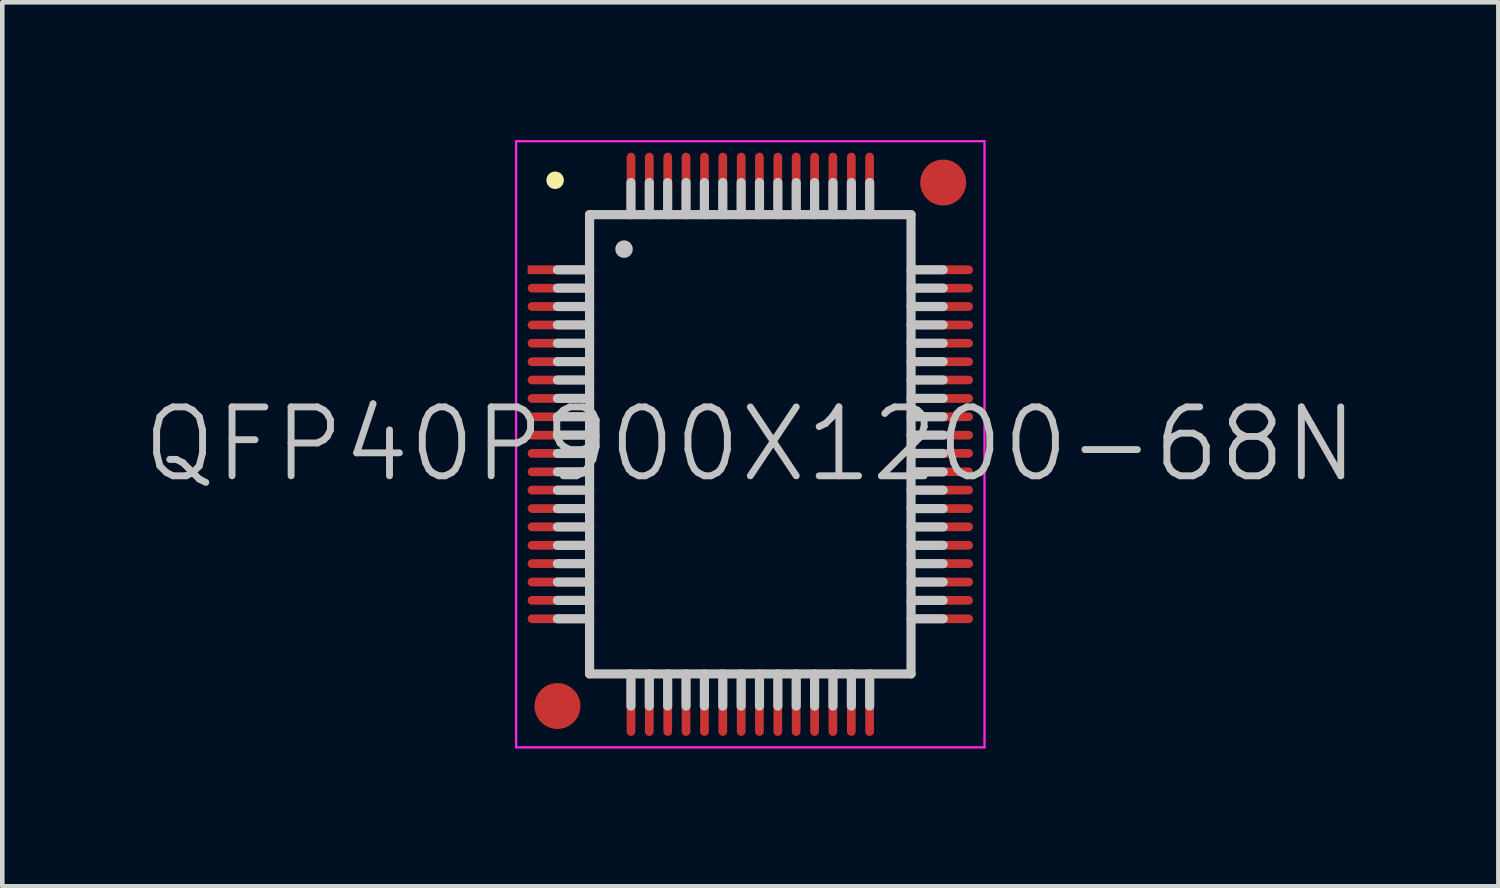
<source format=kicad_pcb>
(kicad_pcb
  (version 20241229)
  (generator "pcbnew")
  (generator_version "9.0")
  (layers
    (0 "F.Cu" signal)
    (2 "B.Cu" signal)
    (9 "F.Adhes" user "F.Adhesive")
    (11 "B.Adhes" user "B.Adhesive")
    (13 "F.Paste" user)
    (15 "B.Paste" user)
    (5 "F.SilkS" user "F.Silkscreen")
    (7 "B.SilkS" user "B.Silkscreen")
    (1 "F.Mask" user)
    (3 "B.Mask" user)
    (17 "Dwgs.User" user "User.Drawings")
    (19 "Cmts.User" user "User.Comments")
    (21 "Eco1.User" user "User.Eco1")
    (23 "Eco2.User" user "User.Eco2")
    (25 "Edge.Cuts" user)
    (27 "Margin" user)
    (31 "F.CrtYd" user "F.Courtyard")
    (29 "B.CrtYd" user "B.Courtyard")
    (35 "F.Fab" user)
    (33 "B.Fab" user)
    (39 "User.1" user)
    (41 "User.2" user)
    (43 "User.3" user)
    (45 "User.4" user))
  (footprint "QFP40P900X1200-68N"
    (layer "F.Cu")
    (at 13.289 6.625)
    (property "Reference" "QFP40P900X1200-68N" (at 0 0 0) (layer "Dwgs.User") (effects (font (size 1.5 1.5) (thickness 0.15))))
    (attr smd)
    (fp_line (start -4.25 -5.75) (end -4.25 -5.75) (stroke (width 0.381) (type solid)) (layer "F.SilkS"))
    (fp_line (start -3.5 -5) (end -3.5 5) (stroke (width 0.2) (type solid)) (layer "Dwgs.User"))
    (fp_line (start -3.5 -5) (end 3.5 -5) (stroke (width 0.2) (type solid)) (layer "Dwgs.User"))
    (fp_line (start -3.5 -3.8) (end -4.2 -3.8) (stroke (width 0.2) (type solid)) (layer "Dwgs.User"))
    (fp_line (start -3.5 -3.4) (end -4.2 -3.4) (stroke (width 0.2) (type solid)) (layer "Dwgs.User"))
    (fp_line (start -3.5 -3) (end -4.2 -3) (stroke (width 0.2) (type solid)) (layer "Dwgs.User"))
    (fp_line (start -3.5 -2.6) (end -4.2 -2.6) (stroke (width 0.2) (type solid)) (layer "Dwgs.User"))
    (fp_line (start -3.5 -2.2) (end -4.2 -2.2) (stroke (width 0.2) (type solid)) (layer "Dwgs.User"))
    (fp_line (start -3.5 -1.8) (end -4.2 -1.8) (stroke (width 0.2) (type solid)) (layer "Dwgs.User"))
    (fp_line (start -3.5 -1.4) (end -4.2 -1.4) (stroke (width 0.2) (type solid)) (layer "Dwgs.User"))
    (fp_line (start -3.5 -1) (end -4.2 -1) (stroke (width 0.2) (type solid)) (layer "Dwgs.User"))
    (fp_line (start -3.5 -0.6) (end -4.2 -0.6) (stroke (width 0.2) (type solid)) (layer "Dwgs.User"))
    (fp_line (start -3.5 -0.2) (end -4.2 -0.2) (stroke (width 0.2) (type solid)) (layer "Dwgs.User"))
    (fp_line (start -3.5 0.2) (end -4.2 0.2) (stroke (width 0.2) (type solid)) (layer "Dwgs.User"))
    (fp_line (start -3.5 0.6) (end -4.2 0.6) (stroke (width 0.2) (type solid)) (layer "Dwgs.User"))
    (fp_line (start -3.5 1) (end -4.2 1) (stroke (width 0.2) (type solid)) (layer "Dwgs.User"))
    (fp_line (start -3.5 1.4) (end -4.2 1.4) (stroke (width 0.2) (type solid)) (layer "Dwgs.User"))
    (fp_line (start -3.5 1.8) (end -4.2 1.8) (stroke (width 0.2) (type solid)) (layer "Dwgs.User"))
    (fp_line (start -3.5 2.2) (end -4.2 2.2) (stroke (width 0.2) (type solid)) (layer "Dwgs.User"))
    (fp_line (start -3.5 2.6) (end -4.2 2.6) (stroke (width 0.2) (type solid)) (layer "Dwgs.User"))
    (fp_line (start -3.5 3) (end -4.2 3) (stroke (width 0.2) (type solid)) (layer "Dwgs.User"))
    (fp_line (start -3.5 3.4) (end -4.2 3.4) (stroke (width 0.2) (type solid)) (layer "Dwgs.User"))
    (fp_line (start -3.5 3.8) (end -4.2 3.8) (stroke (width 0.2) (type solid)) (layer "Dwgs.User"))
    (fp_line (start -3.5 5) (end 3.5 5) (stroke (width 0.2) (type solid)) (layer "Dwgs.User"))
    (fp_line (start -2.75 -4.25) (end -2.75 -4.25) (stroke (width 0.381) (type solid)) (layer "Dwgs.User"))
    (fp_line (start -2.6 -5) (end -2.6 -5.7) (stroke (width 0.2) (type solid)) (layer "Dwgs.User"))
    (fp_line (start -2.6 5.7) (end -2.6 5) (stroke (width 0.2) (type solid)) (layer "Dwgs.User"))
    (fp_line (start -2.2 -5) (end -2.2 -5.7) (stroke (width 0.2) (type solid)) (layer "Dwgs.User"))
    (fp_line (start -2.2 5.7) (end -2.2 5) (stroke (width 0.2) (type solid)) (layer "Dwgs.User"))
    (fp_line (start -1.8 -5) (end -1.8 -5.7) (stroke (width 0.2) (type solid)) (layer "Dwgs.User"))
    (fp_line (start -1.8 5.7) (end -1.8 5) (stroke (width 0.2) (type solid)) (layer "Dwgs.User"))
    (fp_line (start -1.4 -5) (end -1.4 -5.7) (stroke (width 0.2) (type solid)) (layer "Dwgs.User"))
    (fp_line (start -1.4 5.7) (end -1.4 5) (stroke (width 0.2) (type solid)) (layer "Dwgs.User"))
    (fp_line (start -1 -5) (end -1 -5.7) (stroke (width 0.2) (type solid)) (layer "Dwgs.User"))
    (fp_line (start -1 5.7) (end -1 5) (stroke (width 0.2) (type solid)) (layer "Dwgs.User"))
    (fp_line (start -0.6 -5) (end -0.6 -5.7) (stroke (width 0.2) (type solid)) (layer "Dwgs.User"))
    (fp_line (start -0.6 5.7) (end -0.6 5) (stroke (width 0.2) (type solid)) (layer "Dwgs.User"))
    (fp_line (start -0.2 -5) (end -0.2 -5.7) (stroke (width 0.2) (type solid)) (layer "Dwgs.User"))
    (fp_line (start -0.2 5.7) (end -0.2 5) (stroke (width 0.2) (type solid)) (layer "Dwgs.User"))
    (fp_line (start 0.2 -5) (end 0.2 -5.7) (stroke (width 0.2) (type solid)) (layer "Dwgs.User"))
    (fp_line (start 0.2 5.7) (end 0.2 5) (stroke (width 0.2) (type solid)) (layer "Dwgs.User"))
    (fp_line (start 0.6 -5) (end 0.6 -5.7) (stroke (width 0.2) (type solid)) (layer "Dwgs.User"))
    (fp_line (start 0.6 5.7) (end 0.6 5) (stroke (width 0.2) (type solid)) (layer "Dwgs.User"))
    (fp_line (start 1 -5) (end 1 -5.7) (stroke (width 0.2) (type solid)) (layer "Dwgs.User"))
    (fp_line (start 1 5.7) (end 1 5) (stroke (width 0.2) (type solid)) (layer "Dwgs.User"))
    (fp_line (start 1.4 -5) (end 1.4 -5.7) (stroke (width 0.2) (type solid)) (layer "Dwgs.User"))
    (fp_line (start 1.4 5.7) (end 1.4 5) (stroke (width 0.2) (type solid)) (layer "Dwgs.User"))
    (fp_line (start 1.8 -5) (end 1.8 -5.7) (stroke (width 0.2) (type solid)) (layer "Dwgs.User"))
    (fp_line (start 1.8 5.7) (end 1.8 5) (stroke (width 0.2) (type solid)) (layer "Dwgs.User"))
    (fp_line (start 2.2 -5) (end 2.2 -5.7) (stroke (width 0.2) (type solid)) (layer "Dwgs.User"))
    (fp_line (start 2.2 5.7) (end 2.2 5) (stroke (width 0.2) (type solid)) (layer "Dwgs.User"))
    (fp_line (start 2.6 -5) (end 2.6 -5.7) (stroke (width 0.2) (type solid)) (layer "Dwgs.User"))
    (fp_line (start 2.6 5.7) (end 2.6 5) (stroke (width 0.2) (type solid)) (layer "Dwgs.User"))
    (fp_line (start 3.5 -5) (end 3.5 5) (stroke (width 0.2) (type solid)) (layer "Dwgs.User"))
    (fp_line (start 4.2 -3.8) (end 3.5 -3.8) (stroke (width 0.2) (type solid)) (layer "Dwgs.User"))
    (fp_line (start 4.2 -3.4) (end 3.5 -3.4) (stroke (width 0.2) (type solid)) (layer "Dwgs.User"))
    (fp_line (start 4.2 -3) (end 3.5 -3) (stroke (width 0.2) (type solid)) (layer "Dwgs.User"))
    (fp_line (start 4.2 -2.6) (end 3.5 -2.6) (stroke (width 0.2) (type solid)) (layer "Dwgs.User"))
    (fp_line (start 4.2 -2.2) (end 3.5 -2.2) (stroke (width 0.2) (type solid)) (layer "Dwgs.User"))
    (fp_line (start 4.2 -1.8) (end 3.5 -1.8) (stroke (width 0.2) (type solid)) (layer "Dwgs.User"))
    (fp_line (start 4.2 -1.4) (end 3.5 -1.4) (stroke (width 0.2) (type solid)) (layer "Dwgs.User"))
    (fp_line (start 4.2 -1) (end 3.5 -1) (stroke (width 0.2) (type solid)) (layer "Dwgs.User"))
    (fp_line (start 4.2 -0.6) (end 3.5 -0.6) (stroke (width 0.2) (type solid)) (layer "Dwgs.User"))
    (fp_line (start 4.2 -0.2) (end 3.5 -0.2) (stroke (width 0.2) (type solid)) (layer "Dwgs.User"))
    (fp_line (start 4.2 0.2) (end 3.5 0.2) (stroke (width 0.2) (type solid)) (layer "Dwgs.User"))
    (fp_line (start 4.2 0.6) (end 3.5 0.6) (stroke (width 0.2) (type solid)) (layer "Dwgs.User"))
    (fp_line (start 4.2 1) (end 3.5 1) (stroke (width 0.2) (type solid)) (layer "Dwgs.User"))
    (fp_line (start 4.2 1.4) (end 3.5 1.4) (stroke (width 0.2) (type solid)) (layer "Dwgs.User"))
    (fp_line (start 4.2 1.8) (end 3.5 1.8) (stroke (width 0.2) (type solid)) (layer "Dwgs.User"))
    (fp_line (start 4.2 2.2) (end 3.5 2.2) (stroke (width 0.2) (type solid)) (layer "Dwgs.User"))
    (fp_line (start 4.2 2.6) (end 3.5 2.6) (stroke (width 0.2) (type solid)) (layer "Dwgs.User"))
    (fp_line (start 4.2 3) (end 3.5 3) (stroke (width 0.2) (type solid)) (layer "Dwgs.User"))
    (fp_line (start 4.2 3.4) (end 3.5 3.4) (stroke (width 0.2) (type solid)) (layer "Dwgs.User"))
    (fp_line (start 4.2 3.8) (end 3.5 3.8) (stroke (width 0.2) (type solid)) (layer "Dwgs.User"))
    (fp_line (start -5.1 -6.6) (end -5.1 6.6) (stroke (width 0.05) (type solid)) (layer "F.CrtYd"))
    (fp_line (start -5.1 -6.6) (end 5.1 -6.6) (stroke (width 0.05) (type solid)) (layer "F.CrtYd"))
    (fp_line (start -5.1 6.6) (end 5.1 6.6) (stroke (width 0.05) (type solid)) (layer "F.CrtYd"))
    (fp_line (start 5.1 -6.6) (end 5.1 6.6) (stroke (width 0.05) (type solid)) (layer "F.CrtYd"))
    (pad "" smd circle (at -4.2 5.7) (size 1 1) (layers "F.Cu" "F.Mask"))
    (pad "" smd circle (at 4.2 -5.7) (size 1 1) (layers "F.Cu" "F.Mask"))
    (pad "1" smd rect (at -4.199 -3.8 90) (size 0.19 1.3) (layers "F.Cu" "F.Mask" "F.Paste"))
    (pad "2" smd oval (at -4.199 -3.399 90) (size 0.19 1.3) (layers "F.Cu" "F.Mask" "F.Paste"))
    (pad "3" smd oval (at -4.199 -3 90) (size 0.19 1.3) (layers "F.Cu" "F.Mask" "F.Paste"))
    (pad "4" smd oval (at -4.199 -2.598 90) (size 0.19 1.3) (layers "F.Cu" "F.Mask" "F.Paste"))
    (pad "5" smd oval (at -4.199 -2.2 90) (size 0.19 1.3) (layers "F.Cu" "F.Mask" "F.Paste"))
    (pad "6" smd oval (at -4.199 -1.798 90) (size 0.19 1.3) (layers "F.Cu" "F.Mask" "F.Paste"))
    (pad "7" smd oval (at -4.199 -1.4 90) (size 0.19 1.3) (layers "F.Cu" "F.Mask" "F.Paste"))
    (pad "8" smd oval (at -4.199 -0.998 90) (size 0.19 1.3) (layers "F.Cu" "F.Mask" "F.Paste"))
    (pad "9" smd oval (at -4.199 -0.599 90) (size 0.19 1.3) (layers "F.Cu" "F.Mask" "F.Paste"))
    (pad "10" smd oval (at -4.199 -0.198 90) (size 0.19 1.3) (layers "F.Cu" "F.Mask" "F.Paste"))
    (pad "11" smd oval (at -4.199 0.198 90) (size 0.19 1.3) (layers "F.Cu" "F.Mask" "F.Paste"))
    (pad "12" smd oval (at -4.199 0.599 90) (size 0.19 1.3) (layers "F.Cu" "F.Mask" "F.Paste"))
    (pad "13" smd oval (at -4.199 0.998 90) (size 0.19 1.3) (layers "F.Cu" "F.Mask" "F.Paste"))
    (pad "14" smd oval (at -4.199 1.4 90) (size 0.19 1.3) (layers "F.Cu" "F.Mask" "F.Paste"))
    (pad "15" smd oval (at -4.199 1.798 90) (size 0.19 1.3) (layers "F.Cu" "F.Mask" "F.Paste"))
    (pad "16" smd oval (at -4.199 2.2 90) (size 0.19 1.3) (layers "F.Cu" "F.Mask" "F.Paste"))
    (pad "17" smd oval (at -4.199 2.598 90) (size 0.19 1.3) (layers "F.Cu" "F.Mask" "F.Paste"))
    (pad "18" smd oval (at -4.199 3 90) (size 0.19 1.3) (layers "F.Cu" "F.Mask" "F.Paste"))
    (pad "19" smd oval (at -4.199 3.399 90) (size 0.19 1.3) (layers "F.Cu" "F.Mask" "F.Paste"))
    (pad "20" smd oval (at -4.199 3.8 90) (size 0.19 1.3) (layers "F.Cu" "F.Mask" "F.Paste"))
    (pad "21" smd oval (at -2.598 5.7 180) (size 0.19 1.3) (layers "F.Cu" "F.Mask" "F.Paste"))
    (pad "22" smd oval (at -2.2 5.7 180) (size 0.19 1.3) (layers "F.Cu" "F.Mask" "F.Paste"))
    (pad "23" smd oval (at -1.798 5.7 180) (size 0.19 1.3) (layers "F.Cu" "F.Mask" "F.Paste"))
    (pad "24" smd oval (at -1.4 5.7 180) (size 0.19 1.3) (layers "F.Cu" "F.Mask" "F.Paste"))
    (pad "25" smd oval (at -0.998 5.7 180) (size 0.19 1.3) (layers "F.Cu" "F.Mask" "F.Paste"))
    (pad "26" smd oval (at -0.599 5.7 180) (size 0.19 1.3) (layers "F.Cu" "F.Mask" "F.Paste"))
    (pad "27" smd oval (at -0.198 5.7 180) (size 0.19 1.3) (layers "F.Cu" "F.Mask" "F.Paste"))
    (pad "28" smd oval (at 0.198 5.7 180) (size 0.19 1.3) (layers "F.Cu" "F.Mask" "F.Paste"))
    (pad "29" smd oval (at 0.599 5.7 180) (size 0.19 1.3) (layers "F.Cu" "F.Mask" "F.Paste"))
    (pad "30" smd oval (at 0.998 5.7 180) (size 0.19 1.3) (layers "F.Cu" "F.Mask" "F.Paste"))
    (pad "31" smd oval (at 1.4 5.7 180) (size 0.19 1.3) (layers "F.Cu" "F.Mask" "F.Paste"))
    (pad "32" smd oval (at 1.798 5.7 180) (size 0.19 1.3) (layers "F.Cu" "F.Mask" "F.Paste"))
    (pad "33" smd oval (at 2.2 5.7 180) (size 0.19 1.3) (layers "F.Cu" "F.Mask" "F.Paste"))
    (pad "34" smd oval (at 2.598 5.7 180) (size 0.19 1.3) (layers "F.Cu" "F.Mask" "F.Paste"))
    (pad "35" smd oval (at 4.199 3.8 270) (size 0.19 1.3) (layers "F.Cu" "F.Mask" "F.Paste"))
    (pad "36" smd oval (at 4.199 3.399 270) (size 0.19 1.3) (layers "F.Cu" "F.Mask" "F.Paste"))
    (pad "37" smd oval (at 4.199 3 270) (size 0.19 1.3) (layers "F.Cu" "F.Mask" "F.Paste"))
    (pad "38" smd oval (at 4.199 2.598 270) (size 0.19 1.3) (layers "F.Cu" "F.Mask" "F.Paste"))
    (pad "39" smd oval (at 4.199 2.2 270) (size 0.19 1.3) (layers "F.Cu" "F.Mask" "F.Paste"))
    (pad "40" smd oval (at 4.199 1.798 270) (size 0.19 1.3) (layers "F.Cu" "F.Mask" "F.Paste"))
    (pad "41" smd oval (at 4.199 1.4 270) (size 0.19 1.3) (layers "F.Cu" "F.Mask" "F.Paste"))
    (pad "42" smd oval (at 4.199 0.998 270) (size 0.19 1.3) (layers "F.Cu" "F.Mask" "F.Paste"))
    (pad "43" smd oval (at 4.199 0.599 270) (size 0.19 1.3) (layers "F.Cu" "F.Mask" "F.Paste"))
    (pad "44" smd oval (at 4.199 0.198 270) (size 0.19 1.3) (layers "F.Cu" "F.Mask" "F.Paste"))
    (pad "45" smd oval (at 4.199 -0.198 270) (size 0.19 1.3) (layers "F.Cu" "F.Mask" "F.Paste"))
    (pad "46" smd oval (at 4.199 -0.599 270) (size 0.19 1.3) (layers "F.Cu" "F.Mask" "F.Paste"))
    (pad "47" smd oval (at 4.199 -0.998 270) (size 0.19 1.3) (layers "F.Cu" "F.Mask" "F.Paste"))
    (pad "48" smd oval (at 4.199 -1.4 270) (size 0.19 1.3) (layers "F.Cu" "F.Mask" "F.Paste"))
    (pad "49" smd oval (at 4.199 -1.798 270) (size 0.19 1.3) (layers "F.Cu" "F.Mask" "F.Paste"))
    (pad "50" smd oval (at 4.199 -2.2 270) (size 0.19 1.3) (layers "F.Cu" "F.Mask" "F.Paste"))
    (pad "51" smd oval (at 4.199 -2.598 270) (size 0.19 1.3) (layers "F.Cu" "F.Mask" "F.Paste"))
    (pad "52" smd oval (at 4.199 -3 270) (size 0.19 1.3) (layers "F.Cu" "F.Mask" "F.Paste"))
    (pad "53" smd oval (at 4.199 -3.399 270) (size 0.19 1.3) (layers "F.Cu" "F.Mask" "F.Paste"))
    (pad "54" smd oval (at 4.199 -3.8 270) (size 0.19 1.3) (layers "F.Cu" "F.Mask" "F.Paste"))
    (pad "55" smd oval (at 2.598 -5.7) (size 0.19 1.3) (layers "F.Cu" "F.Mask" "F.Paste"))
    (pad "56" smd oval (at 2.2 -5.7) (size 0.19 1.3) (layers "F.Cu" "F.Mask" "F.Paste"))
    (pad "57" smd oval (at 1.798 -5.7) (size 0.19 1.3) (layers "F.Cu" "F.Mask" "F.Paste"))
    (pad "58" smd oval (at 1.4 -5.7) (size 0.19 1.3) (layers "F.Cu" "F.Mask" "F.Paste"))
    (pad "59" smd oval (at 0.998 -5.7) (size 0.19 1.3) (layers "F.Cu" "F.Mask" "F.Paste"))
    (pad "60" smd oval (at 0.599 -5.7) (size 0.19 1.3) (layers "F.Cu" "F.Mask" "F.Paste"))
    (pad "61" smd oval (at 0.198 -5.7) (size 0.19 1.3) (layers "F.Cu" "F.Mask" "F.Paste"))
    (pad "62" smd oval (at -0.198 -5.7) (size 0.19 1.3) (layers "F.Cu" "F.Mask" "F.Paste"))
    (pad "63" smd oval (at -0.599 -5.7) (size 0.19 1.3) (layers "F.Cu" "F.Mask" "F.Paste"))
    (pad "64" smd oval (at -0.998 -5.7) (size 0.19 1.3) (layers "F.Cu" "F.Mask" "F.Paste"))
    (pad "65" smd oval (at -1.4 -5.7) (size 0.19 1.3) (layers "F.Cu" "F.Mask" "F.Paste"))
    (pad "66" smd oval (at -1.798 -5.7) (size 0.19 1.3) (layers "F.Cu" "F.Mask" "F.Paste"))
    (pad "67" smd oval (at -2.2 -5.7) (size 0.19 1.3) (layers "F.Cu" "F.Mask" "F.Paste"))
    (pad "68" smd oval (at -2.598 -5.7) (size 0.19 1.3) (layers "F.Cu" "F.Mask" "F.Paste")))
  (gr_rect
    (start -3 -3)
    (end 29.579 16.25)
    (stroke (width 0.1) (type default))
    (fill no)
    (layer "Edge.Cuts")))
</source>
